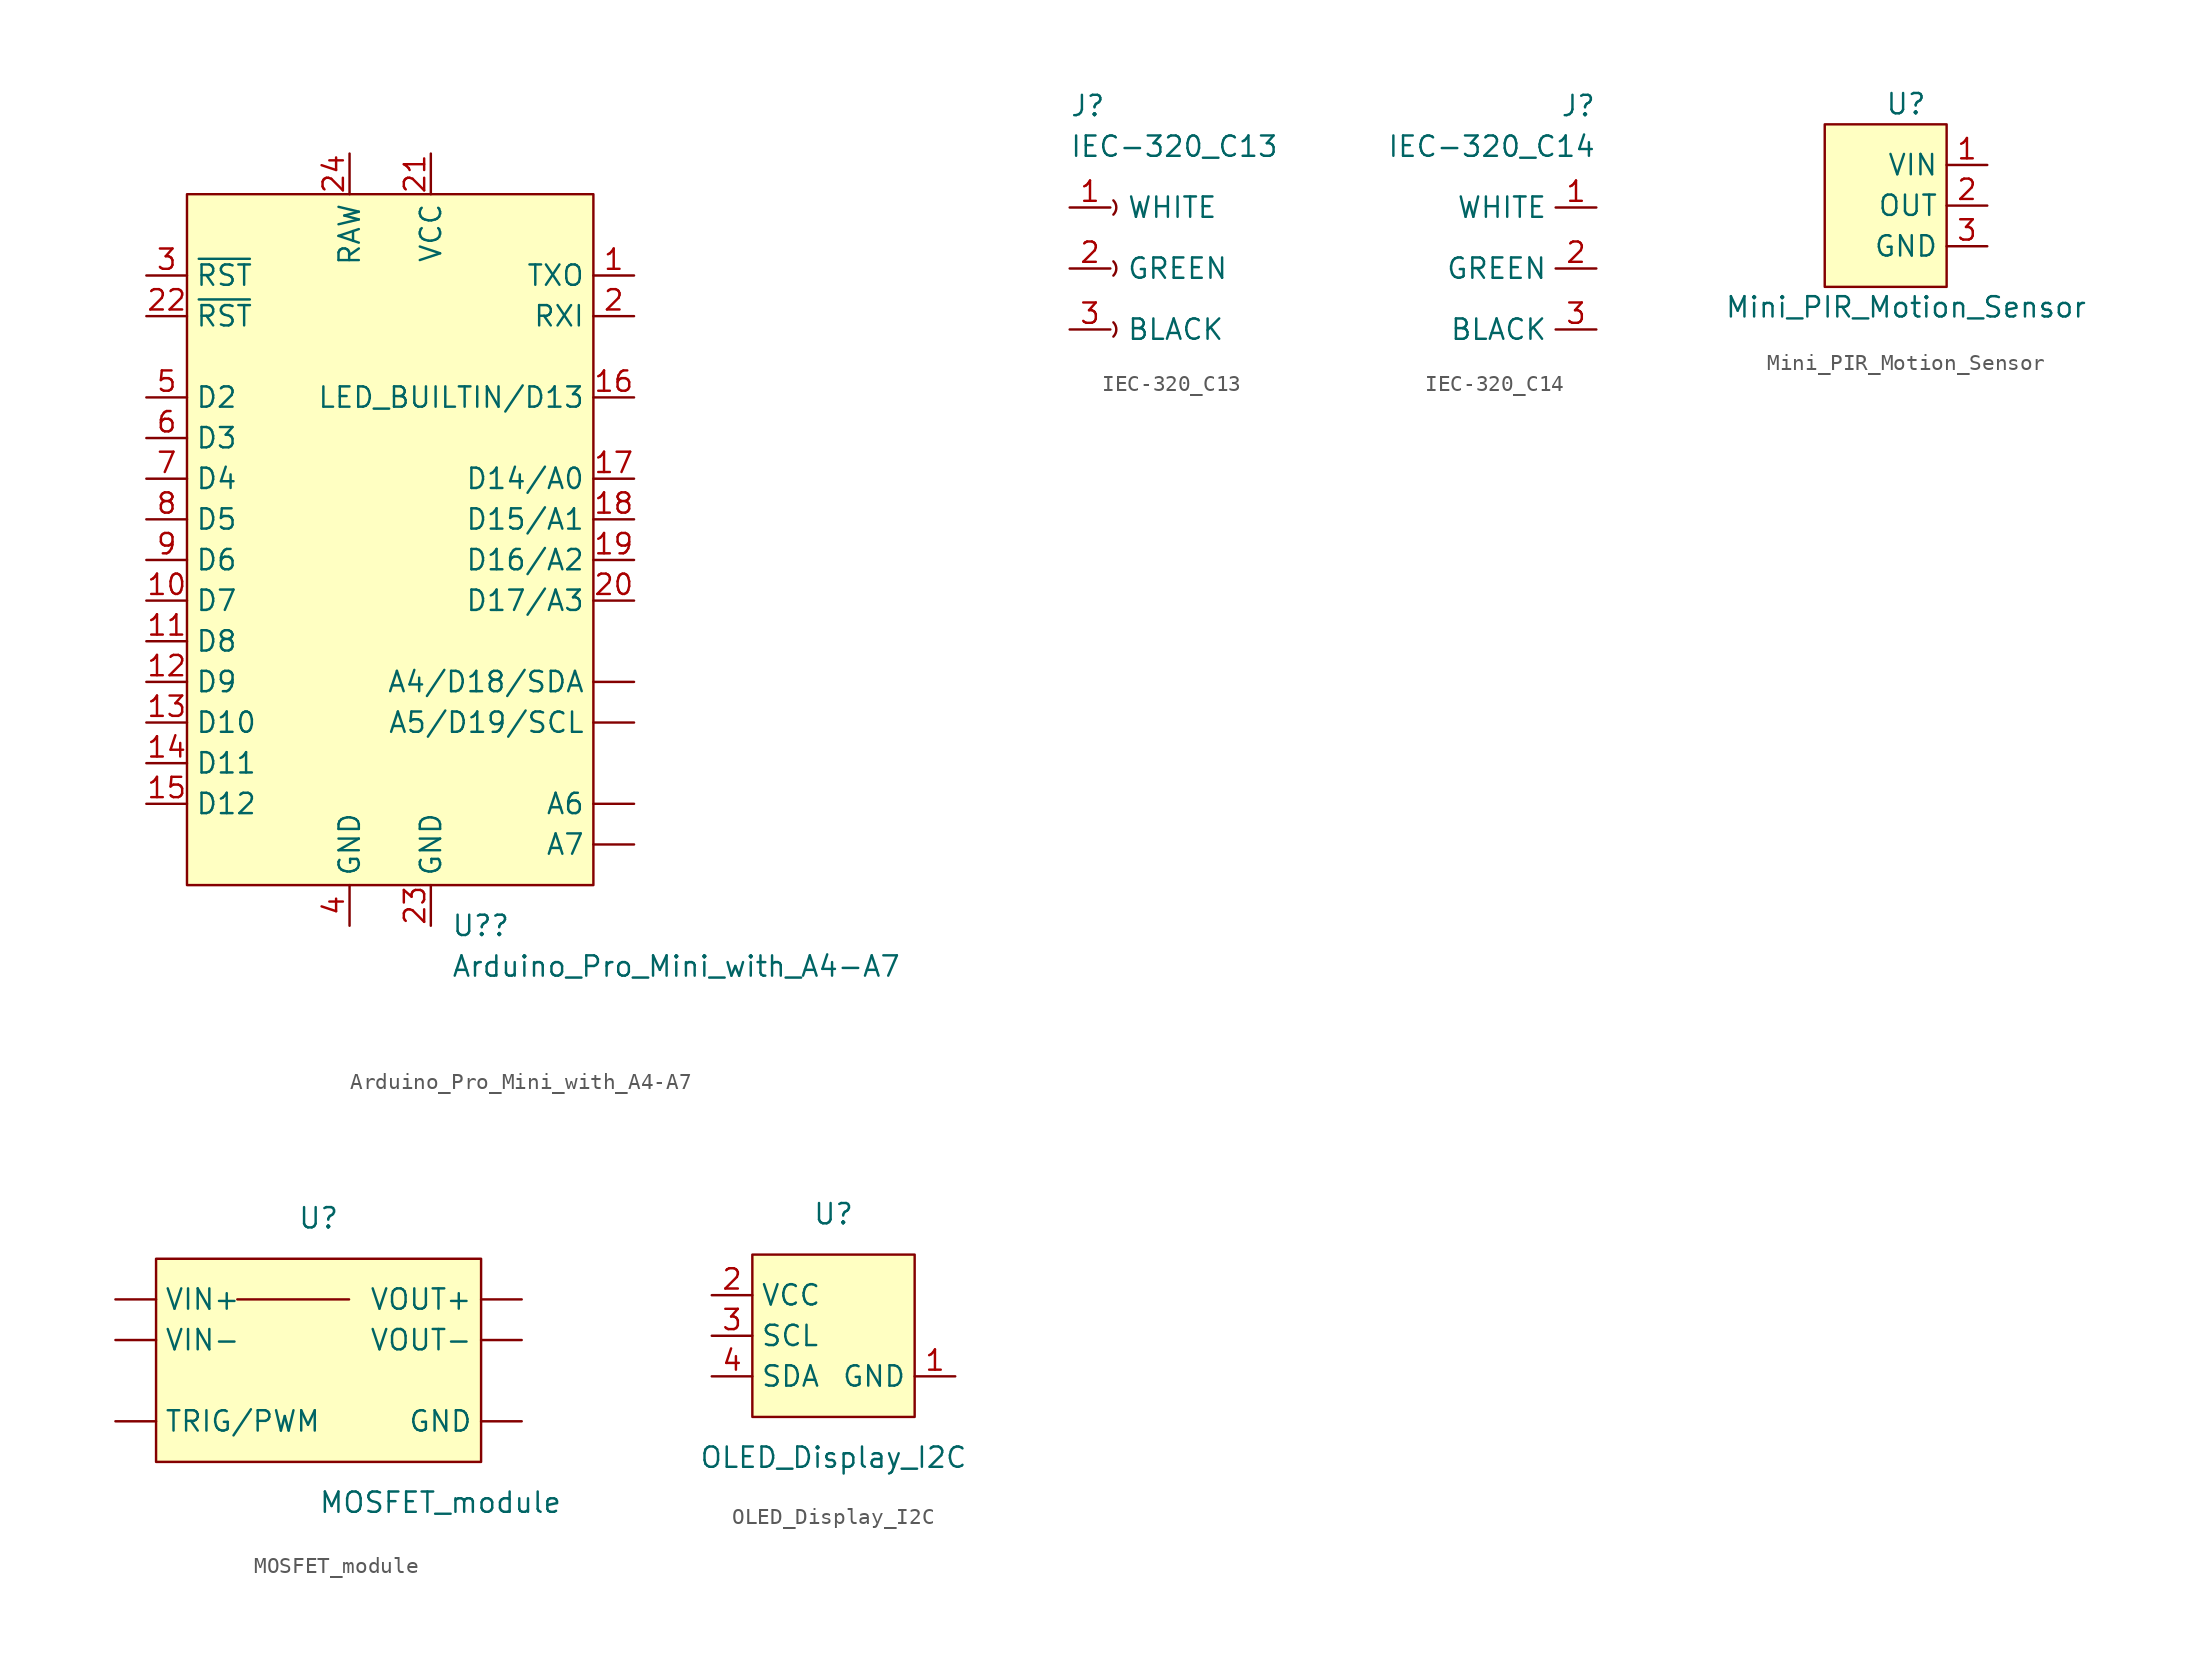
<source format=kicad_sym>
(kicad_symbol_lib
  (version 20211014)
  (generator kicad_symbol_editor)
  (symbol "Arduino_Pro_Mini_with_A4-A7"
    (property "Reference" "U?"
      (at 3.81 -25.4 0)
      (effects (font (size 1.27 1.27)) (justify left)))
    (property "Value" "Arduino_Pro_Mini_with_A4-A7"
      (at 3.81 -27.94 0)
      (effects (font (size 1.27 1.27)) (justify left)))
    (symbol "Arduino_Pro_Mini_with_A4-A7_0_0"
      (pin bidirectional line (at -15.24 -5.08 0) (length 2.54) (name "D7" (effects (font (size 1.27 1.27)))) (number "10" (effects (font (size 1.27 1.27)))))
      (pin bidirectional line (at -15.24 -7.62 0) (length 2.54) (name "D8" (effects (font (size 1.27 1.27)))) (number "11" (effects (font (size 1.27 1.27)))))
      (pin bidirectional line (at -15.24 -10.16 0) (length 2.54) (name "D9" (effects (font (size 1.27 1.27)))) (number "12" (effects (font (size 1.27 1.27)))))
      (pin bidirectional line (at -15.24 -12.7 0) (length 2.54) (name "D10" (effects (font (size 1.27 1.27)))) (number "13" (effects (font (size 1.27 1.27)))))
      (pin bidirectional line (at -15.24 -15.24 0) (length 2.54) (name "D11" (effects (font (size 1.27 1.27)))) (number "14" (effects (font (size 1.27 1.27)))))
      (pin bidirectional line (at -15.24 -17.78 0) (length 2.54) (name "D12" (effects (font (size 1.27 1.27)))) (number "15" (effects (font (size 1.27 1.27)))))
      (pin bidirectional line (at 15.24 7.62 180) (length 2.54) (name "LED_BUILTIN/D13" (effects (font (size 1.27 1.27)))) (number "16" (effects (font (size 1.27 1.27)))))
      (pin bidirectional line (at 15.24 2.54 180) (length 2.54) (name "D14/A0" (effects (font (size 1.27 1.27)))) (number "17" (effects (font (size 1.27 1.27)))))
      (pin bidirectional line (at 15.24 0 180) (length 2.54) (name "D15/A1" (effects (font (size 1.27 1.27)))) (number "18" (effects (font (size 1.27 1.27)))))
      (pin bidirectional line (at 15.24 -2.54 180) (length 2.54) (name "D16/A2" (effects (font (size 1.27 1.27)))) (number "19" (effects (font (size 1.27 1.27)))))
      (pin bidirectional line (at 15.24 -5.08 180) (length 2.54) (name "D17/A3" (effects (font (size 1.27 1.27)))) (number "20" (effects (font (size 1.27 1.27)))))
      (pin power_out line (at 2.54 22.86 270) (length 2.54) (name "VCC" (effects (font (size 1.27 1.27)))) (number "21" (effects (font (size 1.27 1.27)))))
      (pin unspecified line (at -15.24 12.7 0) (length 2.54) (name "~{RST}" (effects (font (size 1.27 1.27)))) (number "22" (effects (font (size 1.27 1.27)))))
      (pin power_out line (at 2.54 -25.4 90) (length 2.54) (name "GND" (effects (font (size 1.27 1.27)))) (number "23" (effects (font (size 1.27 1.27)))))
      (pin power_in line (at -2.54 22.86 270) (length 2.54) (name "RAW" (effects (font (size 1.27 1.27)))) (number "24" (effects (font (size 1.27 1.27)))))
      (pin bidirectional line (at -15.24 5.08 0) (length 2.54) (name "D3" (effects (font (size 1.27 1.27)))) (number "6" (effects (font (size 1.27 1.27)))))
      (pin bidirectional line (at -15.24 2.54 0) (length 2.54) (name "D4" (effects (font (size 1.27 1.27)))) (number "7" (effects (font (size 1.27 1.27)))))
      (pin bidirectional line (at -15.24 0 0) (length 2.54) (name "D5" (effects (font (size 1.27 1.27)))) (number "8" (effects (font (size 1.27 1.27)))))
      (pin bidirectional line (at -15.24 -2.54 0) (length 2.54) (name "D6" (effects (font (size 1.27 1.27)))) (number "9" (effects (font (size 1.27 1.27))))))
    (symbol "Arduino_Pro_Mini_with_A4-A7_0_1"
      (rectangle (start -12.7 20.32) (end 12.7 -22.86) (stroke (width 0.152) (type default) (color 0 0 0 0)) (fill (type background))))
    (symbol "Arduino_Pro_Mini_with_A4-A7_1_1"
      (pin input line (at 15.24 -10.16 180) (length 2.54) (name "A4/D18/SDA" (effects (font (size 1.27 1.27)))) (number "" (effects (font (size 1.27 1.27)))))
      (pin input line (at 15.24 -12.7 180) (length 2.54) (name "A5/D19/SCL" (effects (font (size 1.27 1.27)))) (number "" (effects (font (size 1.27 1.27)))))
      (pin input line (at 15.24 -17.78 180) (length 2.54) (name "A6" (effects (font (size 1.27 1.27)))) (number "" (effects (font (size 1.27 1.27)))))
      (pin input line (at 15.24 -20.32 180) (length 2.54) (name "A7" (effects (font (size 1.27 1.27)))) (number "" (effects (font (size 1.27 1.27)))))
      (pin output line (at 15.24 15.24 180) (length 2.54) (name "TXO" (effects (font (size 1.27 1.27)))) (number "1" (effects (font (size 1.27 1.27)))))
      (pin input line (at 15.24 12.7 180) (length 2.54) (name "RXI" (effects (font (size 1.27 1.27)))) (number "2" (effects (font (size 1.27 1.27)))))
      (pin unspecified line (at -15.24 15.24 0) (length 2.54) (name "~{RST}" (effects (font (size 1.27 1.27)))) (number "3" (effects (font (size 1.27 1.27)))))
      (pin power_in line (at -2.54 -25.4 90) (length 2.54) (name "GND" (effects (font (size 1.27 1.27)))) (number "4" (effects (font (size 1.27 1.27)))))
      (pin bidirectional line (at -15.24 7.62 0) (length 2.54) (name "D2" (effects (font (size 1.27 1.27)))) (number "5" (effects (font (size 1.27 1.27)))))))
  (symbol "IEC-320_C13"
    (pin_names
      (offset 1.016))
    (property "Reference" "J"
      (at 0 6.35 0)
      (effects (font (size 1.27 1.27)) (justify left)))
    (property "Value" "IEC-320_C13"
      (at 0 3.81 0)
      (effects (font (size 1.27 1.27)) (justify left)))
    (symbol "IEC-320_C13_0_0"
      (pin unspecified line (at 0 0 0) (length 2.54) (name "WHITE" (effects (font (size 1.27 1.27)))) (number "1" (effects (font (size 1.27 1.27)))))
      (pin unspecified line (at 0 -3.81 0) (length 2.54) (name "GREEN" (effects (font (size 1.27 1.27)))) (number "2" (effects (font (size 1.27 1.27)))))
      (pin unspecified line (at 0 -7.62 0) (length 2.54) (name "BLACK" (effects (font (size 1.27 1.27)))) (number "3" (effects (font (size 1.27 1.27))))))
    (symbol "IEC-320_C13_0_1"
      (arc (start 2.7305 -8.0645) (mid 3.8036 -7.62) (end 2.7305 -7.1755) (stroke (width 0.1524) (type default) (color 0 0 0 0)) (fill (type none)))
      (arc (start 2.7305 -4.2545) (mid 3.8036 -3.81) (end 2.7305 -3.3655) (stroke (width 0.1524) (type default) (color 0 0 0 0)) (fill (type none)))
      (arc (start 2.7305 -0.4445) (mid 3.8036 0) (end 2.7305 0.4445) (stroke (width 0.1524) (type default) (color 0 0 0 0)) (fill (type none)))))
  (symbol "IEC-320_C14"
    (property "Reference" "J"
      (at 0 6.35 0)
      (effects (font (size 1.27 1.27)) (justify right)))
    (property "Value" "IEC-320_C14"
      (at 0 3.81 0)
      (effects (font (size 1.27 1.27)) (justify right)))
    (symbol "IEC-320_C14_0_0"
      (pin unspecified line (at 0 0 180) (length 2.54) (name "WHITE" (effects (font (size 1.27 1.27)))) (number "1" (effects (font (size 1.27 1.27)))))
      (pin unspecified line (at 0 -3.81 180) (length 2.54) (name "GREEN" (effects (font (size 1.27 1.27)))) (number "2" (effects (font (size 1.27 1.27)))))
      (pin unspecified line (at 0 -7.62 180) (length 2.54) (name "BLACK" (effects (font (size 1.27 1.27)))) (number "3" (effects (font (size 1.27 1.27)))))))
  (symbol "Mini_PIR_Motion_Sensor"
    (property "Reference" "U"
      (at 0 6.35 0)
      (effects (font (size 1.27 1.27))))
    (property "Value" "Mini_PIR_Motion_Sensor"
      (at 0 -6.35 0)
      (effects (font (size 1.27 1.27))))
    (symbol "Mini_PIR_Motion_Sensor_0_1"
      (rectangle (start -5.08 5.08) (end 2.54 -5.08) (stroke (width 0.152) (type default) (color 0 0 0 0)) (fill (type background))))
    (symbol "Mini_PIR_Motion_Sensor_1_1"
      (pin power_in line (at 5.08 2.54 180) (length 2.54) (name "VIN" (effects (font (size 1.27 1.27)))) (number "1" (effects (font (size 1.27 1.27)))))
      (pin output line (at 5.08 0 180) (length 2.54) (name "OUT" (effects (font (size 1.27 1.27)))) (number "2" (effects (font (size 1.27 1.27)))))
      (pin power_in line (at 5.08 -2.54 180) (length 2.54) (name "GND" (effects (font (size 1.27 1.27)))) (number "3" (effects (font (size 1.27 1.27)))))))
  (symbol "MOSFET_module"
    (property "Reference" "U"
      (at 0 0 0)
      (effects (font (size 1.27 1.27))))
    (property "Value" "MOSFET_module"
      (at 7.62 -17.78 0)
      (effects (font (size 1.27 1.27))))
    (symbol "MOSFET_module_0_1"
      (rectangle (start -10.16 -2.54) (end 10.16 -15.24) (stroke (width 0.152) (type default) (color 0 0 0 0)) (fill (type background)))
      (polyline (pts (xy -5.08 -5.08) (xy 1.905 -5.08)) (stroke (width 0.152) (type default) (color 0 0 0 0)) (fill (type none))))
    (symbol "MOSFET_module_1_1"
      (pin input line (at 12.7 -12.7 180) (length 2.54) (name "GND" (effects (font (size 1.27 1.27)))) (number "" (effects (font (size 1.27 1.27)))))
      (pin input line (at -12.7 -12.7 0) (length 2.54) (name "TRIG/PWM" (effects (font (size 1.27 1.27)))) (number "" (effects (font (size 1.27 1.27)))))
      (pin passive line (at -12.7 -5.08 0) (length 2.54) (name "VIN+" (effects (font (size 1.27 1.27)))) (number "" (effects (font (size 1.27 1.27)))))
      (pin passive line (at -12.7 -7.62 0) (length 2.54) (name "VIN-" (effects (font (size 1.27 1.27)))) (number "" (effects (font (size 1.27 1.27)))))
      (pin passive line (at 12.7 -5.08 180) (length 2.54) (name "VOUT+" (effects (font (size 1.27 1.27)))) (number "" (effects (font (size 1.27 1.27)))))
      (pin passive line (at 12.7 -7.62 180) (length 2.54) (name "VOUT-" (effects (font (size 1.27 1.27)))) (number "" (effects (font (size 1.27 1.27)))))))
  (symbol "OLED_Display_I2C"
    (property "Reference" "U"
      (at 0 5.08 0)
      (effects (font (size 1.27 1.27))))
    (property "Value" "OLED_Display_I2C"
      (at 0 -10.16 0)
      (effects (font (size 1.27 1.27))))
    (symbol "OLED_Display_I2C_0_1"
      (rectangle (start -5.08 2.54) (end 5.08 -7.62) (stroke (width 0.152) (type default) (color 0 0 0 0)) (fill (type background))))
    (symbol "OLED_Display_I2C_1_1"
      (pin power_in line (at 7.62 -5.08 180) (length 2.54) (name "GND" (effects (font (size 1.27 1.27)))) (number "1" (effects (font (size 1.27 1.27)))))
      (pin power_in line (at -7.62 0 0) (length 2.54) (name "VCC" (effects (font (size 1.27 1.27)))) (number "2" (effects (font (size 1.27 1.27)))))
      (pin bidirectional line (at -7.62 -2.54 0) (length 2.54) (name "SCL" (effects (font (size 1.27 1.27)))) (number "3" (effects (font (size 1.27 1.27)))))
      (pin bidirectional line (at -7.62 -5.08 0) (length 2.54) (name "SDA" (effects (font (size 1.27 1.27)))) (number "4" (effects (font (size 1.27 1.27))))))))
</source>
